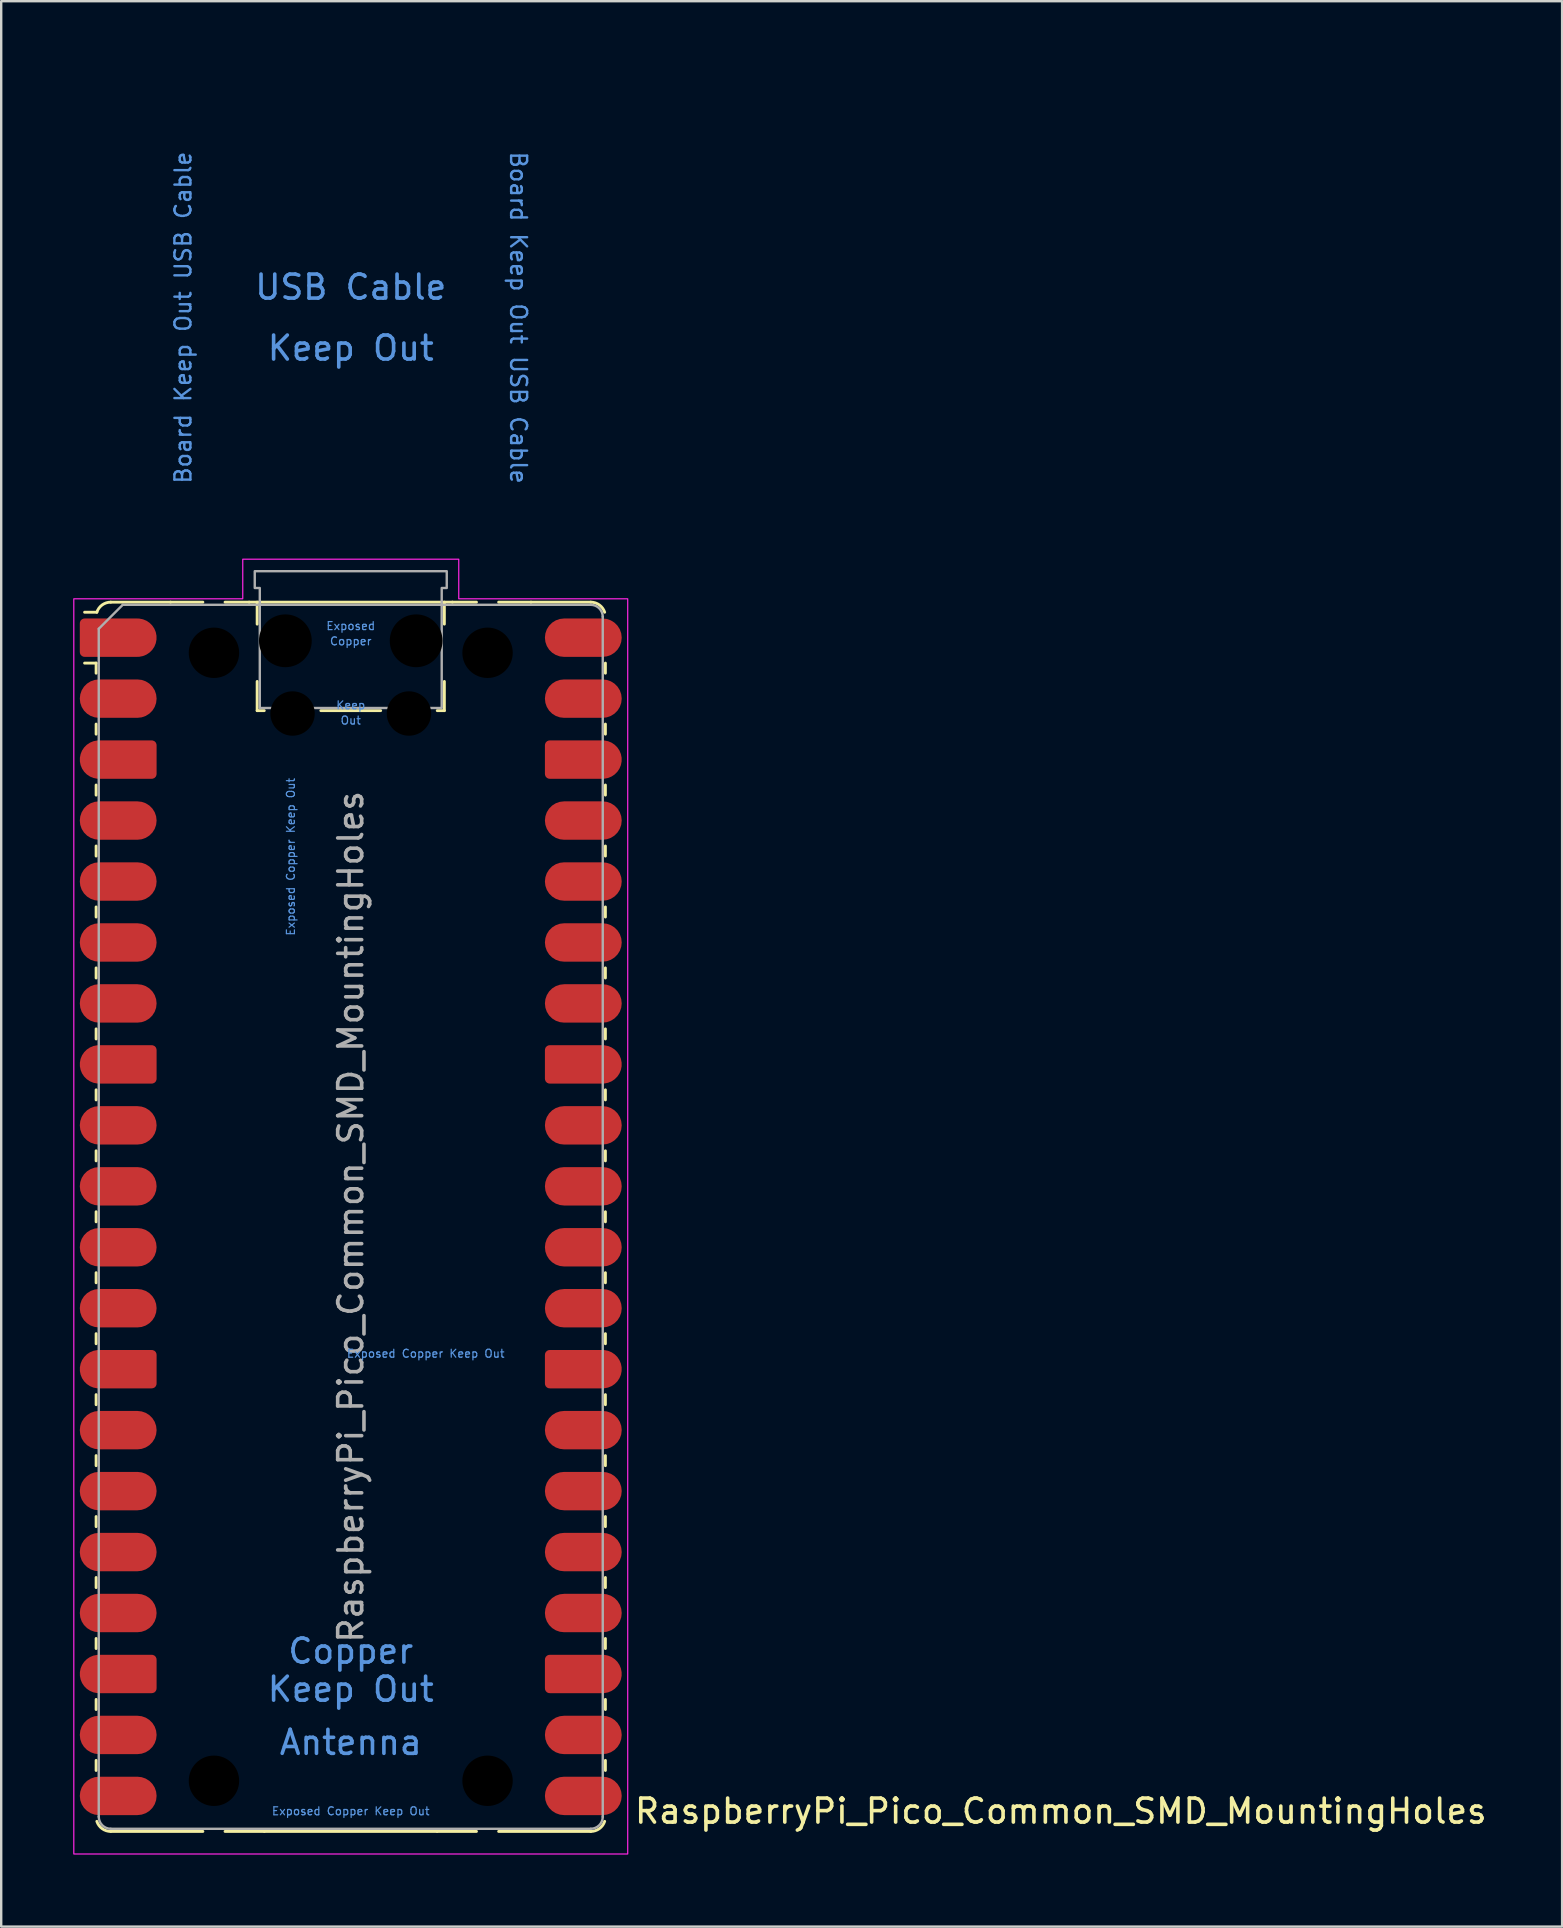
<source format=kicad_pcb>
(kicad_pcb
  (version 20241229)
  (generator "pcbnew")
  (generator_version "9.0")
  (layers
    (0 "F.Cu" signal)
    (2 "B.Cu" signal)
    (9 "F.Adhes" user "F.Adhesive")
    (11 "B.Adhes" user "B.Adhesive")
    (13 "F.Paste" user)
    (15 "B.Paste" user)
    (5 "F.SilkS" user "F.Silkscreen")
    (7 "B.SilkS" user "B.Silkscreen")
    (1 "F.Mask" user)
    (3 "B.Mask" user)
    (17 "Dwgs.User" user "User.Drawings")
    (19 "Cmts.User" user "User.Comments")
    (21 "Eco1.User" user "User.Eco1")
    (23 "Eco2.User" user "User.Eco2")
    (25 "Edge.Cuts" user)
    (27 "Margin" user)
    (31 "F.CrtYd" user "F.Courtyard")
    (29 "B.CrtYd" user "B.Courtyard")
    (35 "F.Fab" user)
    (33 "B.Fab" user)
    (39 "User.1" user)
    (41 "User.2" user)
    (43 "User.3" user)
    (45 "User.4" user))
  (footprint "RaspberryPi_Pico_Common_SMD_MountingHoles"
    (layer "F.Cu")
    (at 11.565 47.65)
    (property "Reference" "RaspberryPi_Pico_Common_SMD_MountingHoles" (at 11.748 24.765 0) (unlocked yes) (layer "F.SilkS") (effects (font (size 1 1) (thickness 0.15)) (justify left)))
    (attr smd)
    (fp_line (start -10.61 -23.07) (end -11.09 -23.07) (stroke (width 0.12) (type solid)) (layer "F.SilkS"))
    (fp_line (start -10.61 -23.07) (end -10.61 -22.65) (stroke (width 0.12) (type solid)) (layer "F.SilkS"))
    (fp_line (start -10.61 -20.53) (end -10.61 -20.11) (stroke (width 0.12) (type solid)) (layer "F.SilkS"))
    (fp_line (start -10.61 -17.99) (end -10.61 -17.57) (stroke (width 0.12) (type solid)) (layer "F.SilkS"))
    (fp_line (start -10.61 -15.45) (end -10.61 -15.03) (stroke (width 0.12) (type solid)) (layer "F.SilkS"))
    (fp_line (start -10.61 -12.91) (end -10.61 -12.49) (stroke (width 0.12) (type solid)) (layer "F.SilkS"))
    (fp_line (start -10.61 -10.37) (end -10.61 -9.95) (stroke (width 0.12) (type solid)) (layer "F.SilkS"))
    (fp_line (start -10.61 -7.83) (end -10.61 -7.41) (stroke (width 0.12) (type solid)) (layer "F.SilkS"))
    (fp_line (start -10.61 -5.29) (end -10.61 -4.87) (stroke (width 0.12) (type solid)) (layer "F.SilkS"))
    (fp_line (start -10.61 -2.75) (end -10.61 -2.33) (stroke (width 0.12) (type solid)) (layer "F.SilkS"))
    (fp_line (start -10.61 -0.21) (end -10.61 0.21) (stroke (width 0.12) (type solid)) (layer "F.SilkS"))
    (fp_line (start -10.61 2.33) (end -10.61 2.75) (stroke (width 0.12) (type solid)) (layer "F.SilkS"))
    (fp_line (start -10.61 4.87) (end -10.61 5.29) (stroke (width 0.12) (type solid)) (layer "F.SilkS"))
    (fp_line (start -10.61 7.41) (end -10.61 7.83) (stroke (width 0.12) (type solid)) (layer "F.SilkS"))
    (fp_line (start -10.61 9.95) (end -10.61 10.37) (stroke (width 0.12) (type solid)) (layer "F.SilkS"))
    (fp_line (start -10.61 12.49) (end -10.61 12.91) (stroke (width 0.12) (type solid)) (layer "F.SilkS"))
    (fp_line (start -10.61 15.03) (end -10.61 15.45) (stroke (width 0.12) (type solid)) (layer "F.SilkS"))
    (fp_line (start -10.61 17.57) (end -10.61 17.99) (stroke (width 0.12) (type solid)) (layer "F.SilkS"))
    (fp_line (start -10.61 20.11) (end -10.61 20.53) (stroke (width 0.12) (type solid)) (layer "F.SilkS"))
    (fp_line (start -10.61 22.65) (end -10.61 23.07) (stroke (width 0.12) (type solid)) (layer "F.SilkS"))
    (fp_line (start -10.58 -25.19) (end -11.09 -25.19) (stroke (width 0.12) (type solid)) (layer "F.SilkS"))
    (fp_line (start -10 -25.61) (end -7.51 -25.61) (stroke (width 0.12) (type solid)) (layer "F.SilkS"))
    (fp_line (start -10 25.61) (end -6.162 25.61) (stroke (width 0.12) (type solid)) (layer "F.SilkS"))
    (fp_line (start -7.51 -25.61) (end -6.162 -25.61) (stroke (width 0.12) (type solid)) (layer "F.SilkS"))
    (fp_line (start -5.238 -25.61) (end -4.235 -25.61) (stroke (width 0.12) (type solid)) (layer "F.SilkS"))
    (fp_line (start -4.235 -25.61) (end 4.235 -25.61) (stroke (width 0.12) (type solid)) (layer "F.SilkS"))
    (fp_line (start -3.9 -25.61) (end -3.9 -24.694) (stroke (width 0.12) (type solid)) (layer "F.SilkS"))
    (fp_line (start -3.9 -22.306) (end -3.9 -21.09) (stroke (width 0.12) (type solid)) (layer "F.SilkS"))
    (fp_line (start -3.9 -21.09) (end -3.604 -21.09) (stroke (width 0.12) (type solid)) (layer "F.SilkS"))
    (fp_line (start -3.6 25.61) (end -5.238 25.61) (stroke (width 0.12) (type solid)) (layer "F.SilkS"))
    (fp_line (start -1.246 -21.09) (end 1.246 -21.09) (stroke (width 0.12) (type solid)) (layer "F.SilkS"))
    (fp_line (start 3.6 25.61) (end -3.6 25.61) (stroke (width 0.12) (type solid)) (layer "F.SilkS"))
    (fp_line (start 3.604 -21.09) (end 3.9 -21.09) (stroke (width 0.12) (type solid)) (layer "F.SilkS"))
    (fp_line (start 3.9 -25.61) (end 3.9 -24.694) (stroke (width 0.12) (type solid)) (layer "F.SilkS"))
    (fp_line (start 3.9 -22.306) (end 3.9 -21.09) (stroke (width 0.12) (type solid)) (layer "F.SilkS"))
    (fp_line (start 4.235 -25.61) (end 5.238 -25.61) (stroke (width 0.12) (type solid)) (layer "F.SilkS"))
    (fp_line (start 5.238 25.61) (end 3.6 25.61) (stroke (width 0.12) (type solid)) (layer "F.SilkS"))
    (fp_line (start 6.162 -25.61) (end 7.51 -25.61) (stroke (width 0.12) (type solid)) (layer "F.SilkS"))
    (fp_line (start 6.162 25.61) (end 10 25.61) (stroke (width 0.12) (type solid)) (layer "F.SilkS"))
    (fp_line (start 10 -25.61) (end 7.51 -25.61) (stroke (width 0.12) (type solid)) (layer "F.SilkS"))
    (fp_line (start 10.61 -23.07) (end 10.61 -22.65) (stroke (width 0.12) (type solid)) (layer "F.SilkS"))
    (fp_line (start 10.61 -20.53) (end 10.61 -20.11) (stroke (width 0.12) (type solid)) (layer "F.SilkS"))
    (fp_line (start 10.61 -17.99) (end 10.61 -17.57) (stroke (width 0.12) (type solid)) (layer "F.SilkS"))
    (fp_line (start 10.61 -15.45) (end 10.61 -15.03) (stroke (width 0.12) (type solid)) (layer "F.SilkS"))
    (fp_line (start 10.61 -12.91) (end 10.61 -12.49) (stroke (width 0.12) (type solid)) (layer "F.SilkS"))
    (fp_line (start 10.61 -10.37) (end 10.61 -9.95) (stroke (width 0.12) (type solid)) (layer "F.SilkS"))
    (fp_line (start 10.61 -7.83) (end 10.61 -7.41) (stroke (width 0.12) (type solid)) (layer "F.SilkS"))
    (fp_line (start 10.61 -5.29) (end 10.61 -4.87) (stroke (width 0.12) (type solid)) (layer "F.SilkS"))
    (fp_line (start 10.61 -2.75) (end 10.61 -2.33) (stroke (width 0.12) (type solid)) (layer "F.SilkS"))
    (fp_line (start 10.61 -0.21) (end 10.61 0.21) (stroke (width 0.12) (type solid)) (layer "F.SilkS"))
    (fp_line (start 10.61 2.33) (end 10.61 2.75) (stroke (width 0.12) (type solid)) (layer "F.SilkS"))
    (fp_line (start 10.61 4.87) (end 10.61 5.29) (stroke (width 0.12) (type solid)) (layer "F.SilkS"))
    (fp_line (start 10.61 7.41) (end 10.61 7.83) (stroke (width 0.12) (type solid)) (layer "F.SilkS"))
    (fp_line (start 10.61 9.95) (end 10.61 10.37) (stroke (width 0.12) (type solid)) (layer "F.SilkS"))
    (fp_line (start 10.61 12.49) (end 10.61 12.91) (stroke (width 0.12) (type solid)) (layer "F.SilkS"))
    (fp_line (start 10.61 15.03) (end 10.61 15.45) (stroke (width 0.12) (type solid)) (layer "F.SilkS"))
    (fp_line (start 10.61 17.57) (end 10.61 17.99) (stroke (width 0.12) (type solid)) (layer "F.SilkS"))
    (fp_line (start 10.61 20.11) (end 10.61 20.53) (stroke (width 0.12) (type solid)) (layer "F.SilkS"))
    (fp_line (start 10.61 22.65) (end 10.61 23.07) (stroke (width 0.12) (type solid)) (layer "F.SilkS"))
    (fp_arc (start -10.579676 -25.189937) (mid -10.357938 -25.493944) (end -10 -25.61) (stroke (width 0.12) (type solid)) (layer "F.SilkS"))
    (fp_arc (start -10 25.61) (mid -10.357937 25.493944) (end -10.579676 25.189937) (stroke (width 0.12) (type solid)) (layer "F.SilkS"))
    (fp_arc (start 10 -25.61) (mid 10.357937 -25.493944) (end 10.579676 -25.189937) (stroke (width 0.12) (type solid)) (layer "F.SilkS"))
    (fp_arc (start 10.579676 25.189937) (mid 10.357949 25.493953) (end 10 25.61) (stroke (width 0.12) (type solid)) (layer "F.SilkS"))
    (fp_poly (pts (xy -4.5 -27.4) (xy 4.5 -27.4) (xy 4.5 -25.75) (xy 11.54 -25.75) (xy 11.54 26.55) (xy -11.54 26.55) (xy -11.54 -25.75) (xy -4.5 -25.75)) (stroke (width 0.05) (type solid)) (fill no) (layer "F.CrtYd"))
    (fp_line (start -10.5 -24.5) (end -9.5 -25.5) (stroke (width 0.1) (type solid)) (layer "F.Fab"))
    (fp_line (start -10.5 25) (end -10.5 -24.5) (stroke (width 0.1) (type solid)) (layer "F.Fab"))
    (fp_line (start -9.5 -25.5) (end 10 -25.5) (stroke (width 0.1) (type solid)) (layer "F.Fab"))
    (fp_line (start 10 25.5) (end -10 25.5) (stroke (width 0.1) (type solid)) (layer "F.Fab"))
    (fp_line (start 10.5 -25) (end 10.5 25) (stroke (width 0.1) (type solid)) (layer "F.Fab"))
    (fp_arc (start -10 25.5) (mid -10.353553 25.353553) (end -10.5 25) (stroke (width 0.1) (type solid)) (layer "F.Fab"))
    (fp_arc (start 10 -25.5) (mid 10.353553 -25.353553) (end 10.5 -25) (stroke (width 0.1) (type solid)) (layer "F.Fab"))
    (fp_arc (start 10.5 25) (mid 10.353553 25.353553) (end 10 25.5) (stroke (width 0.1) (type solid)) (layer "F.Fab"))
    (fp_poly (pts (xy 3.79 -21.2) (xy 3.79 -26.2) (xy 4 -26.2) (xy 4 -26.9) (xy -4 -26.9) (xy -4 -26.2) (xy -3.79 -26.2) (xy -3.79 -21.2)) (stroke (width 0.1) (type solid)) (fill no) (layer "F.Fab"))
    (fp_text user "Exposed Copper Keep Out" (at 0 24.765 0) (unlocked yes) (layer "Cmts.User") (effects (font (size 0.333 0.333) (thickness 0.05))))
    (fp_text user "Copper" (at 0 -23.983 0) (unlocked yes) (layer "Cmts.User") (effects (font (size 0.333 0.333) (thickness 0.05))))
    (fp_text user "Keep Out" (at 0 -36.195 0) (unlocked yes) (layer "Cmts.User") (effects (font (size 1 1) (thickness 0.15))))
    (fp_text user "USB Cable" (at 0 -38.735 0) (unlocked yes) (layer "Cmts.User") (effects (font (size 1 1) (thickness 0.15))))
    (fp_text user "Board Keep Out USB Cable" (at -6.985 -37.465 90) (unlocked yes) (layer "Cmts.User") (effects (font (size 0.667 0.667) (thickness 0.1))))
    (fp_text user "Keep Out" (at 0 19.685 0) (unlocked yes) (layer "Cmts.User") (effects (font (size 1 1) (thickness 0.15))))
    (fp_text user "Exposed Copper Keep Out" (at 3.124 5.7 0) (unlocked yes) (layer "Cmts.User") (effects (font (size 0.333 0.333) (thickness 0.05))))
    (fp_text user "Antenna" (at 0 21.9 0) (unlocked yes) (layer "Cmts.User") (effects (font (size 1 1) (thickness 0.15))))
    (fp_text user "Board Keep Out USB Cable" (at 6.985 -37.465 270) (unlocked yes) (layer "Cmts.User") (effects (font (size 0.667 0.667) (thickness 0.1))))
    (fp_text user "Out" (at 0 -20.683 0) (unlocked yes) (layer "Cmts.User") (effects (font (size 0.333 0.333) (thickness 0.05))))
    (fp_text user "Exposed Copper Keep Out" (at -2.5 -15 90) (unlocked yes) (layer "Cmts.User") (effects (font (size 0.333 0.333) (thickness 0.05))))
    (fp_text user "Keep" (at 0 -21.317 0) (unlocked yes) (layer "Cmts.User") (effects (font (size 0.333 0.333) (thickness 0.05))))
    (fp_text user "Exposed" (at 0 -24.617 0) (unlocked yes) (layer "Cmts.User") (effects (font (size 0.333 0.333) (thickness 0.05))))
    (fp_text user "Copper" (at 0 18.098 0) (unlocked yes) (layer "Cmts.User") (effects (font (size 1 1) (thickness 0.15))))
    (fp_text user "${REFERENCE}" (at 0 0 90) (layer "F.Fab") (effects (font (size 1 1) (thickness 0.15))))
    (pad "" np_thru_hole circle (at -5.7 -23.5) (size 3.8 3.8) (drill 2.1) (layers "*.Mask"))
    (pad "" np_thru_hole circle (at -5.7 23.5) (size 3.8 3.8) (drill 2.1) (layers "*.Mask"))
    (pad "" np_thru_hole circle (at -2.725 -24) (size 2.2 2.2) (drill 2.2) (layers "*.Mask"))
    (pad "" np_thru_hole circle (at -2.425 -20.97) (size 1.85 1.85) (drill 1.85) (layers "*.Mask"))
    (pad "" np_thru_hole circle (at 2.425 -20.97) (size 1.85 1.85) (drill 1.85) (layers "*.Mask"))
    (pad "" np_thru_hole circle (at 2.725 -24) (size 2.2 2.2) (drill 2.2) (layers "*.Mask"))
    (pad "" np_thru_hole circle (at 5.7 -23.5) (size 3.8 3.8) (drill 2.1) (layers "*.Mask"))
    (pad "" np_thru_hole circle (at 5.7 23.5) (size 3.8 3.8) (drill 2.1) (layers "*.Mask"))
    (pad "1" smd custom (at -8.89 -24.13) (size 1.6 1.6) (layers "F.Cu" "F.Mask" "F.Paste") (options (anchor circle)) (primitives (gr_poly (pts (xy -2.4 0.6) (xy -2.4 -0.6) (xy -2.2 -0.8) (xy 0 -0.8) (xy 0 0.8) (xy -2.2 0.8)) (width 0) (fill yes)) (gr_circle (center -2.2 0.6) (end -2 0.6) (width 0) (fill yes)) (gr_circle (center -2.2 -0.6) (end -2 -0.6) (width 0) (fill yes))))
    (pad "2" smd roundrect (at -8.89 -21.59) (size 3.2 1.6) (drill (offset -0.8 0)) (layers "F.Cu" "F.Mask" "F.Paste") (roundrect_rratio 0.5))
    (pad "3" smd custom (at -8.89 -19.05) (size 1.6 1.6) (layers "F.Cu" "F.Mask" "F.Paste") (options (anchor circle)) (primitives (gr_poly (pts (xy 0.8 -0.6) (xy 0.8 0.6) (xy 0.6 0.8) (xy -1.6 0.8) (xy -1.6 -0.8) (xy 0.6 -0.8)) (width 0) (fill yes)) (gr_circle (center 0.6 0.6) (end 0.8 0.6) (width 0) (fill yes)) (gr_circle (center 0.6 -0.6) (end 0.8 -0.6) (width 0) (fill yes)) (gr_circle (center -1.6 0) (end -0.8 0) (width 0) (fill yes))))
    (pad "4" smd roundrect (at -8.89 -16.51) (size 3.2 1.6) (drill (offset -0.8 0)) (layers "F.Cu" "F.Mask" "F.Paste") (roundrect_rratio 0.5))
    (pad "5" smd roundrect (at -8.89 -13.97) (size 3.2 1.6) (drill (offset -0.8 0)) (layers "F.Cu" "F.Mask" "F.Paste") (roundrect_rratio 0.5))
    (pad "6" smd roundrect (at -8.89 -11.43) (size 3.2 1.6) (drill (offset -0.8 0)) (layers "F.Cu" "F.Mask" "F.Paste") (roundrect_rratio 0.5))
    (pad "7" smd roundrect (at -8.89 -8.89) (size 3.2 1.6) (drill (offset -0.8 0)) (layers "F.Cu" "F.Mask" "F.Paste") (roundrect_rratio 0.5))
    (pad "8" smd custom (at -8.89 -6.35) (size 1.6 1.6) (layers "F.Cu" "F.Mask" "F.Paste") (options (anchor circle)) (primitives (gr_poly (pts (xy 0.8 -0.6) (xy 0.8 0.6) (xy 0.6 0.8) (xy -1.6 0.8) (xy -1.6 -0.8) (xy 0.6 -0.8)) (width 0) (fill yes)) (gr_circle (center 0.6 0.6) (end 0.8 0.6) (width 0) (fill yes)) (gr_circle (center 0.6 -0.6) (end 0.8 -0.6) (width 0) (fill yes)) (gr_circle (center -1.6 0) (end -0.8 0) (width 0) (fill yes))))
    (pad "9" smd roundrect (at -8.89 -3.81) (size 3.2 1.6) (drill (offset -0.8 0)) (layers "F.Cu" "F.Mask" "F.Paste") (roundrect_rratio 0.5))
    (pad "10" smd roundrect (at -8.89 -1.27) (size 3.2 1.6) (drill (offset -0.8 0)) (layers "F.Cu" "F.Mask" "F.Paste") (roundrect_rratio 0.5))
    (pad "11" smd roundrect (at -8.89 1.27) (size 3.2 1.6) (drill (offset -0.8 0)) (layers "F.Cu" "F.Mask" "F.Paste") (roundrect_rratio 0.5))
    (pad "12" smd roundrect (at -8.89 3.81) (size 3.2 1.6) (drill (offset -0.8 0)) (layers "F.Cu" "F.Mask" "F.Paste") (roundrect_rratio 0.5))
    (pad "13" smd custom (at -8.89 6.35) (size 1.6 1.6) (layers "F.Cu" "F.Mask" "F.Paste") (options (anchor circle)) (primitives (gr_poly (pts (xy 0.8 -0.6) (xy 0.8 0.6) (xy 0.6 0.8) (xy -1.6 0.8) (xy -1.6 -0.8) (xy 0.6 -0.8)) (width 0) (fill yes)) (gr_circle (center 0.6 0.6) (end 0.8 0.6) (width 0) (fill yes)) (gr_circle (center 0.6 -0.6) (end 0.8 -0.6) (width 0) (fill yes)) (gr_circle (center -1.6 0) (end -0.8 0) (width 0) (fill yes))))
    (pad "14" smd roundrect (at -8.89 8.89) (size 3.2 1.6) (drill (offset -0.8 0)) (layers "F.Cu" "F.Mask" "F.Paste") (roundrect_rratio 0.5))
    (pad "15" smd roundrect (at -8.89 11.43) (size 3.2 1.6) (drill (offset -0.8 0)) (layers "F.Cu" "F.Mask" "F.Paste") (roundrect_rratio 0.5))
    (pad "16" smd roundrect (at -8.89 13.97) (size 3.2 1.6) (drill (offset -0.8 0)) (layers "F.Cu" "F.Mask" "F.Paste") (roundrect_rratio 0.5))
    (pad "17" smd roundrect (at -8.89 16.51) (size 3.2 1.6) (drill (offset -0.8 0)) (layers "F.Cu" "F.Mask" "F.Paste") (roundrect_rratio 0.5))
    (pad "18" smd custom (at -8.89 19.05) (size 1.6 1.6) (layers "F.Cu" "F.Mask" "F.Paste") (options (anchor circle)) (primitives (gr_poly (pts (xy 0.8 -0.6) (xy 0.8 0.6) (xy 0.6 0.8) (xy -1.6 0.8) (xy -1.6 -0.8) (xy 0.6 -0.8)) (width 0) (fill yes)) (gr_circle (center 0.6 0.6) (end 0.8 0.6) (width 0) (fill yes)) (gr_circle (center 0.6 -0.6) (end 0.8 -0.6) (width 0) (fill yes)) (gr_circle (center -1.6 0) (end -0.8 0) (width 0) (fill yes))))
    (pad "19" smd roundrect (at -8.89 21.59) (size 3.2 1.6) (drill (offset -0.8 0)) (layers "F.Cu" "F.Mask" "F.Paste") (roundrect_rratio 0.5))
    (pad "20" smd roundrect (at -8.89 24.13) (size 3.2 1.6) (drill (offset -0.8 0)) (layers "F.Cu" "F.Mask" "F.Paste") (roundrect_rratio 0.5))
    (pad "21" smd roundrect (at 8.89 24.13) (size 3.2 1.6) (drill (offset 0.8 0)) (layers "F.Cu" "F.Mask" "F.Paste") (roundrect_rratio 0.5))
    (pad "22" smd roundrect (at 8.89 21.59) (size 3.2 1.6) (drill (offset 0.8 0)) (layers "F.Cu" "F.Mask" "F.Paste") (roundrect_rratio 0.5))
    (pad "23" smd custom (at 8.89 19.05) (size 1.6 1.6) (layers "F.Cu" "F.Mask" "F.Paste") (options (anchor circle)) (primitives (gr_poly (pts (xy -0.8 -0.6) (xy -0.8 0.6) (xy -0.6 0.8) (xy 1.6 0.8) (xy 1.6 -0.8) (xy -0.6 -0.8)) (width 0) (fill yes)) (gr_circle (center -0.6 0.6) (end -0.4 0.6) (width 0) (fill yes)) (gr_circle (center -0.6 -0.6) (end -0.4 -0.6) (width 0) (fill yes)) (gr_circle (center 1.6 0) (end 2.4 0) (width 0) (fill yes))))
    (pad "24" smd roundrect (at 8.89 16.51) (size 3.2 1.6) (drill (offset 0.8 0)) (layers "F.Cu" "F.Mask" "F.Paste") (roundrect_rratio 0.5))
    (pad "25" smd roundrect (at 8.89 13.97) (size 3.2 1.6) (drill (offset 0.8 0)) (layers "F.Cu" "F.Mask" "F.Paste") (roundrect_rratio 0.5))
    (pad "26" smd roundrect (at 8.89 11.43) (size 3.2 1.6) (drill (offset 0.8 0)) (layers "F.Cu" "F.Mask" "F.Paste") (roundrect_rratio 0.5))
    (pad "27" smd roundrect (at 8.89 8.89) (size 3.2 1.6) (drill (offset 0.8 0)) (layers "F.Cu" "F.Mask" "F.Paste") (roundrect_rratio 0.5))
    (pad "28" smd custom (at 8.89 6.35) (size 1.6 1.6) (layers "F.Cu" "F.Mask" "F.Paste") (options (anchor circle)) (primitives (gr_poly (pts (xy -0.8 -0.6) (xy -0.8 0.6) (xy -0.6 0.8) (xy 1.6 0.8) (xy 1.6 -0.8) (xy -0.6 -0.8)) (width 0) (fill yes)) (gr_circle (center -0.6 0.6) (end -0.4 0.6) (width 0) (fill yes)) (gr_circle (center -0.6 -0.6) (end -0.4 -0.6) (width 0) (fill yes)) (gr_circle (center 1.6 0) (end 2.4 0) (width 0) (fill yes))))
    (pad "29" smd roundrect (at 8.89 3.81) (size 3.2 1.6) (drill (offset 0.8 0)) (layers "F.Cu" "F.Mask" "F.Paste") (roundrect_rratio 0.5))
    (pad "30" smd roundrect (at 8.89 1.27) (size 3.2 1.6) (drill (offset 0.8 0)) (layers "F.Cu" "F.Mask" "F.Paste") (roundrect_rratio 0.5))
    (pad "31" smd roundrect (at 8.89 -1.27) (size 3.2 1.6) (drill (offset 0.8 0)) (layers "F.Cu" "F.Mask" "F.Paste") (roundrect_rratio 0.5))
    (pad "32" smd roundrect (at 8.89 -3.81) (size 3.2 1.6) (drill (offset 0.8 0)) (layers "F.Cu" "F.Mask" "F.Paste") (roundrect_rratio 0.5))
    (pad "33" smd custom (at 8.89 -6.35) (size 1.6 1.6) (layers "F.Cu" "F.Mask" "F.Paste") (options (anchor circle)) (primitives (gr_poly (pts (xy -0.8 -0.6) (xy -0.8 0.6) (xy -0.6 0.8) (xy 1.6 0.8) (xy 1.6 -0.8) (xy -0.6 -0.8)) (width 0) (fill yes)) (gr_circle (center -0.6 0.6) (end -0.4 0.6) (width 0) (fill yes)) (gr_circle (center -0.6 -0.6) (end -0.4 -0.6) (width 0) (fill yes)) (gr_circle (center 1.6 0) (end 2.4 0) (width 0) (fill yes))))
    (pad "34" smd roundrect (at 8.89 -8.89) (size 3.2 1.6) (drill (offset 0.8 0)) (layers "F.Cu" "F.Mask" "F.Paste") (roundrect_rratio 0.5))
    (pad "35" smd roundrect (at 8.89 -11.43) (size 3.2 1.6) (drill (offset 0.8 0)) (layers "F.Cu" "F.Mask" "F.Paste") (roundrect_rratio 0.5))
    (pad "36" smd roundrect (at 8.89 -13.97) (size 3.2 1.6) (drill (offset 0.8 0)) (layers "F.Cu" "F.Mask" "F.Paste") (roundrect_rratio 0.5))
    (pad "37" smd roundrect (at 8.89 -16.51) (size 3.2 1.6) (drill (offset 0.8 0)) (layers "F.Cu" "F.Mask" "F.Paste") (roundrect_rratio 0.5))
    (pad "38" smd custom (at 8.89 -19.05) (size 1.6 1.6) (layers "F.Cu" "F.Mask" "F.Paste") (options (anchor circle)) (primitives (gr_poly (pts (xy -0.8 -0.6) (xy -0.8 0.6) (xy -0.6 0.8) (xy 1.6 0.8) (xy 1.6 -0.8) (xy -0.6 -0.8)) (width 0) (fill yes)) (gr_circle (center -0.6 0.6) (end -0.4 0.6) (width 0) (fill yes)) (gr_circle (center -0.6 -0.6) (end -0.4 -0.6) (width 0) (fill yes)) (gr_circle (center 1.6 0) (end 2.4 0) (width 0) (fill yes))))
    (pad "39" smd roundrect (at 8.89 -21.59) (size 3.2 1.6) (drill (offset 0.8 0)) (layers "F.Cu" "F.Mask" "F.Paste") (roundrect_rratio 0.5))
    (pad "40" smd roundrect (at 8.89 -24.13) (size 3.2 1.6) (drill (offset 0.8 0)) (layers "F.Cu" "F.Mask" "F.Paste") (roundrect_rratio 0.5))
    (zone (net_name "") (layers "F.Cu" "B.Cu" "F.Paste" "B.Paste") (name "Antenna Copper Keep Out") (hatch full 0.5) (connect_pads) (min_thickness 0.254) (filled_areas_thickness no) (keepout (tracks not_allowed) (vias not_allowed) (pads not_allowed) (copperpour not_allowed) (footprints allowed)) (placement (enabled no)) (fill) (polygon (pts (xy 9.165 72.64) (xy 4.465 68.99) (xy 4.465 64.65) (xy 18.665 64.65) (xy 18.665 68.99) (xy 13.965 72.64) (xy 13.965 73.65) (xy 9.165 73.65))))
    (zone (net_name "") (layers "F.Cu" "F.Paste") (name "Pad Keep Out D1-W") (hatch full 0.5) (connect_pads) (min_thickness 0.25) (filled_areas_thickness no) (keepout (tracks not_allowed) (vias not_allowed) (pads not_allowed) (copperpour not_allowed) (footprints allowed)) (placement (enabled no)) (fill) (polygon (pts (xy 11.194 52.45) (xy 11.249 52.395) (xy 11.322 52.365) (xy 11.362 52.363) (xy 12.149 52.363) (xy 12.149 54.337) (xy 11.362 54.337) (xy 11.322 54.335) (xy 11.249 54.305) (xy 11.194 54.25) (xy 11.164 54.177) (xy 11.162 54.137) (xy 11.162 52.563) (xy 11.164 52.523))))
    (zone (net_name "") (layers "F.Cu" "F.Paste") (name "Pad Keep Out D1-W") (hatch full 0.5) (connect_pads) (min_thickness 0.25) (filled_areas_thickness no) (keepout (tracks not_allowed) (vias not_allowed) (pads not_allowed) (copperpour not_allowed) (footprints allowed)) (placement (enabled no)) (fill) (polygon (pts (xy 12.937 54.337) (xy 12.149 54.337) (xy 12.149 52.363) (xy 12.937 52.363) (xy 12.976 52.365) (xy 13.049 52.395) (xy 13.104 52.45) (xy 13.135 52.523) (xy 13.136 52.563) (xy 13.136 54.137) (xy 13.135 54.177) (xy 13.104 54.25) (xy 13.049 54.305) (xy 12.976 54.335))))
    (zone (net_name "") (layers "F.Cu" "F.Paste") (name "Pad Keep Out TP4") (hatch full 0.5) (connect_pads) (min_thickness 0.25) (filled_areas_thickness no) (keepout (tracks not_allowed) (vias not_allowed) (pads not_allowed) (copperpour not_allowed) (footprints allowed)) (placement (enabled no)) (fill) (polygon (pts (xy 8.549 31.098) (xy 8.423 31.064) (xy 8.309 30.998) (xy 8.217 30.906) (xy 8.151 30.792) (xy 8.117 30.666) (xy 8.115 30.6) (xy 8.115 30.15) (xy 10.015 30.15) (xy 10.015 30.6) (xy 10.013 30.666) (xy 9.979 30.792) (xy 9.913 30.906) (xy 9.821 30.998) (xy 9.707 31.064) (xy 9.581 31.098) (xy 9.515 31.1) (xy 8.615 31.1))))
    (zone (net_name "") (layers "F.Cu" "F.Paste") (name "Pad Keep Out TP5") (hatch full 0.5) (connect_pads) (min_thickness 0.25) (filled_areas_thickness no) (keepout (tracks not_allowed) (vias not_allowed) (pads not_allowed) (copperpour not_allowed) (footprints allowed)) (placement (enabled no)) (fill) (polygon (pts (xy 8.549 33.598) (xy 8.423 33.564) (xy 8.309 33.498) (xy 8.217 33.406) (xy 8.151 33.292) (xy 8.117 33.166) (xy 8.115 33.1) (xy 8.115 32.65) (xy 10.015 32.65) (xy 10.015 33.1) (xy 10.013 33.166) (xy 9.979 33.292) (xy 9.913 33.406) (xy 9.821 33.498) (xy 9.707 33.564) (xy 9.581 33.598) (xy 9.515 33.6) (xy 8.615 33.6))))
    (zone (net_name "") (layers "F.Cu" "F.Paste") (name "Pad Keep Out TP6") (hatch full 0.5) (connect_pads) (min_thickness 0.25) (filled_areas_thickness no) (keepout (tracks not_allowed) (vias not_allowed) (pads not_allowed) (copperpour not_allowed) (footprints allowed)) (placement (enabled no)) (fill) (polygon (pts (xy 8.549 36.098) (xy 8.423 36.064) (xy 8.309 35.998) (xy 8.217 35.906) (xy 8.151 35.792) (xy 8.117 35.666) (xy 8.115 35.6) (xy 8.115 35.15) (xy 10.015 35.15) (xy 10.015 35.6) (xy 10.013 35.666) (xy 9.979 35.792) (xy 9.913 35.906) (xy 9.821 35.998) (xy 9.707 36.064) (xy 9.581 36.098) (xy 9.515 36.1) (xy 8.615 36.1))))
    (zone (net_name "") (layers "F.Cu" "F.Paste") (name "Pad Keep Out TP3") (hatch full 0.5) (connect_pads) (min_thickness 0.25) (filled_areas_thickness no) (keepout (tracks not_allowed) (vias not_allowed) (pads not_allowed) (copperpour not_allowed) (footprints allowed)) (placement (enabled no)) (fill) (polygon (pts (xy 9.617 22.834) (xy 9.651 22.708) (xy 9.717 22.594) (xy 9.809 22.502) (xy 9.923 22.436) (xy 10.049 22.402) (xy 10.115 22.4) (xy 10.565 22.4) (xy 10.565 24.3) (xy 10.115 24.3) (xy 10.049 24.298) (xy 9.923 24.264) (xy 9.809 24.198) (xy 9.717 24.106) (xy 9.651 23.992) (xy 9.617 23.866) (xy 9.615 23.8) (xy 9.615 22.9))))
    (zone (net_name "") (layers "F.Cu" "F.Paste") (name "Pad Keep Out TP4") (hatch full 0.5) (connect_pads) (min_thickness 0.25) (filled_areas_thickness no) (keepout (tracks not_allowed) (vias not_allowed) (pads not_allowed) (copperpour not_allowed) (footprints allowed)) (placement (enabled no)) (fill) (polygon (pts (xy 10.015 30.15) (xy 10.015 29.7) (xy 10.013 29.634) (xy 9.979 29.508) (xy 9.913 29.394) (xy 9.821 29.302) (xy 9.707 29.236) (xy 9.581 29.202) (xy 9.515 29.2) (xy 8.615 29.2) (xy 8.549 29.202) (xy 8.423 29.236) (xy 8.309 29.302) (xy 8.217 29.394) (xy 8.151 29.508) (xy 8.117 29.634) (xy 8.115 29.7) (xy 8.115 30.15))))
    (zone (net_name "") (layers "F.Cu" "F.Paste") (name "Pad Keep Out TP5") (hatch full 0.5) (connect_pads) (min_thickness 0.25) (filled_areas_thickness no) (keepout (tracks not_allowed) (vias not_allowed) (pads not_allowed) (copperpour not_allowed) (footprints allowed)) (placement (enabled no)) (fill) (polygon (pts (xy 10.015 32.65) (xy 10.015 32.2) (xy 10.013 32.134) (xy 9.979 32.008) (xy 9.913 31.894) (xy 9.821 31.802) (xy 9.707 31.736) (xy 9.581 31.702) (xy 9.515 31.7) (xy 8.615 31.7) (xy 8.549 31.702) (xy 8.423 31.736) (xy 8.309 31.802) (xy 8.217 31.894) (xy 8.151 32.008) (xy 8.117 32.134) (xy 8.115 32.2) (xy 8.115 32.65))))
    (zone (net_name "") (layers "F.Cu" "F.Paste") (name "Pad Keep Out TP6") (hatch full 0.5) (connect_pads) (min_thickness 0.25) (filled_areas_thickness no) (keepout (tracks not_allowed) (vias not_allowed) (pads not_allowed) (copperpour not_allowed) (footprints allowed)) (placement (enabled no)) (fill) (polygon (pts (xy 10.015 35.15) (xy 10.015 34.7) (xy 10.013 34.634) (xy 9.979 34.508) (xy 9.913 34.394) (xy 9.821 34.302) (xy 9.707 34.236) (xy 9.581 34.202) (xy 9.515 34.2) (xy 8.615 34.2) (xy 8.549 34.202) (xy 8.423 34.236) (xy 8.309 34.302) (xy 8.217 34.394) (xy 8.151 34.508) (xy 8.117 34.634) (xy 8.115 34.7) (xy 8.115 35.15))))
    (zone (net_name "") (layers "F.Cu" "F.Paste") (name "Pad Keep Out TP3") (hatch full 0.5) (connect_pads) (min_thickness 0.25) (filled_areas_thickness no) (keepout (tracks not_allowed) (vias not_allowed) (pads not_allowed) (copperpour not_allowed) (footprints allowed)) (placement (enabled no)) (fill) (polygon (pts (xy 10.565 24.3) (xy 11.015 24.3) (xy 11.081 24.298) (xy 11.207 24.264) (xy 11.321 24.198) (xy 11.413 24.106) (xy 11.479 23.992) (xy 11.513 23.866) (xy 11.515 23.8) (xy 11.515 22.9) (xy 11.513 22.834) (xy 11.479 22.708) (xy 11.413 22.594) (xy 11.321 22.502) (xy 11.207 22.436) (xy 11.081 22.402) (xy 11.015 22.4) (xy 10.565 22.4))))
    (zone (net_name "") (layers "F.Cu" "F.Paste") (name "Pad Keep Out TP1") (hatch full 0.5) (connect_pads) (min_thickness 0.25) (filled_areas_thickness no) (keepout (tracks not_allowed) (vias not_allowed) (pads not_allowed) (copperpour not_allowed) (footprints allowed)) (placement (enabled no)) (fill) (polygon (pts (xy 10.617 26.134) (xy 10.651 26.008) (xy 10.717 25.894) (xy 10.809 25.802) (xy 10.923 25.736) (xy 11.049 25.702) (xy 11.115 25.7) (xy 11.565 25.7) (xy 11.565 27.6) (xy 11.115 27.6) (xy 11.049 27.598) (xy 10.923 27.564) (xy 10.809 27.498) (xy 10.717 27.406) (xy 10.651 27.292) (xy 10.617 27.166) (xy 10.615 27.1) (xy 10.615 26.2))))
    (zone (net_name "") (layers "F.Cu" "F.Paste") (name "Pad Keep Out TP1") (hatch full 0.5) (connect_pads) (min_thickness 0.25) (filled_areas_thickness no) (keepout (tracks not_allowed) (vias not_allowed) (pads not_allowed) (copperpour not_allowed) (footprints allowed)) (placement (enabled no)) (fill) (polygon (pts (xy 11.565 27.6) (xy 12.015 27.6) (xy 12.081 27.598) (xy 12.207 27.564) (xy 12.321 27.498) (xy 12.413 27.406) (xy 12.479 27.292) (xy 12.513 27.166) (xy 12.515 27.1) (xy 12.515 26.2) (xy 12.513 26.134) (xy 12.479 26.008) (xy 12.413 25.894) (xy 12.321 25.802) (xy 12.207 25.736) (xy 12.081 25.702) (xy 12.015 25.7) (xy 11.565 25.7))))
    (zone (net_name "") (layers "F.Cu" "F.Paste") (name "Pad Keep Out TP2") (hatch full 0.5) (connect_pads) (min_thickness 0.25) (filled_areas_thickness no) (keepout (tracks not_allowed) (vias not_allowed) (pads not_allowed) (copperpour not_allowed) (footprints allowed)) (placement (enabled no)) (fill) (polygon (pts (xy 11.617 22.849) (xy 11.651 22.723) (xy 11.717 22.609) (xy 11.809 22.517) (xy 11.923 22.451) (xy 12.049 22.417) (xy 12.115 22.415) (xy 12.565 22.415) (xy 12.565 24.315) (xy 12.115 24.315) (xy 12.049 24.313) (xy 11.923 24.279) (xy 11.809 24.213) (xy 11.717 24.121) (xy 11.651 24.007) (xy 11.617 23.881) (xy 11.615 23.815) (xy 11.615 22.915))))
    (zone (net_name "") (layers "F.Cu" "F.Paste") (name "Pad Keep Out TP2") (hatch full 0.5) (connect_pads) (min_thickness 0.25) (filled_areas_thickness no) (keepout (tracks not_allowed) (vias not_allowed) (pads not_allowed) (copperpour not_allowed) (footprints allowed)) (placement (enabled no)) (fill) (polygon (pts (xy 12.565 24.315) (xy 13.015 24.315) (xy 13.081 24.313) (xy 13.207 24.279) (xy 13.321 24.213) (xy 13.413 24.121) (xy 13.479 24.007) (xy 13.513 23.881) (xy 13.515 23.815) (xy 13.515 22.915) (xy 13.513 22.849) (xy 13.479 22.723) (xy 13.413 22.609) (xy 13.321 22.517) (xy 13.207 22.451) (xy 13.081 22.417) (xy 13.015 22.415) (xy 12.565 22.415))))
    (zone (net_name "") (layers "F.Cu" "F.Paste") (name "Pad Keep Out D2") (hatch full 0.5) (connect_pads) (min_thickness 0.25) (filled_areas_thickness no) (keepout (tracks not_allowed) (vias not_allowed) (pads not_allowed) (copperpour not_allowed) (footprints allowed)) (placement (enabled no)) (fill) (polygon (pts (xy 10.965 70.55) (xy 11.565 70.55) (arc (start 11.565 74.15) (mid 10.857893 73.857107) (end 10.565 73.15)) (xy 10.565 70.95) (xy 10.567 70.887) (xy 10.606 70.767) (xy 10.68 70.665) (xy 10.782 70.591) (xy 10.902 70.552))))
    (zone (net_name "") (layers "F.Cu" "F.Paste") (name "Pad Keep Out D2") (hatch full 0.5) (connect_pads) (min_thickness 0.25) (filled_areas_thickness no) (keepout (tracks not_allowed) (vias not_allowed) (pads not_allowed) (copperpour not_allowed) (footprints allowed)) (placement (enabled no)) (fill) (polygon (pts (xy 12.165 70.55) (xy 12.228 70.552) (xy 12.348 70.591) (xy 12.45 70.665) (xy 12.524 70.767) (xy 12.563 70.887) (xy 12.565 70.95) (arc (start 12.565 73.15) (mid 12.272107 73.857107) (end 11.565 74.15)) (xy 11.565 70.55))))
    (zone (net_name "") (layers "F.Cu" "F.Paste") (name "Pad Keep Out D2-W") (hatch full 0.508) (connect_pads) (min_thickness 0.254) (filled_areas_thickness no) (keepout (tracks not_allowed) (vias not_allowed) (pads not_allowed) (copperpour not_allowed) (footprints allowed)) (placement (enabled no)) (fill) (polygon (pts (xy 15.681 53.35) (xy 15.662 53.157) (xy 15.606 52.972) (xy 15.516 52.801) (xy 15.393 52.651) (xy 15.244 52.527) (xy 15.074 52.435) (xy 14.889 52.378) (xy 14.696 52.358) (xy 14.503 52.375) (xy 14.317 52.43) (xy 14.146 52.52) (xy 13.995 52.641) (xy 13.87 52.789) (xy 13.777 52.959) (xy 13.719 53.144) (xy 13.697 53.336) (xy 13.713 53.529) (xy 13.767 53.715) (xy 13.855 53.887) (xy 13.975 54.039) (xy 14.123 54.165) (xy 14.292 54.259) (xy 14.476 54.319) (xy 14.668 54.342) (xy 14.861 54.327) (xy 15.048 54.275) (xy 15.221 54.188) (xy 15.373 54.069) (xy 15.5 53.922) (xy 15.595 53.754) (xy 15.657 53.57) (xy 15.681 53.378))))
    (zone (net_name "") (layers "F.Cu" "F.Paste") (name "Pad Keep Out D3-W") (hatch full 0.508) (connect_pads) (min_thickness 0.254) (filled_areas_thickness no) (keepout (tracks not_allowed) (vias not_allowed) (pads not_allowed) (copperpour not_allowed) (footprints allowed)) (placement (enabled no)) (fill) (polygon (pts (xy 18.221 53.35) (xy 18.202 53.157) (xy 18.146 52.972) (xy 18.056 52.801) (xy 17.933 52.651) (xy 17.784 52.527) (xy 17.614 52.435) (xy 17.429 52.378) (xy 17.236 52.358) (xy 17.043 52.375) (xy 16.857 52.43) (xy 16.686 52.52) (xy 16.535 52.641) (xy 16.41 52.789) (xy 16.317 52.959) (xy 16.259 53.144) (xy 16.237 53.336) (xy 16.253 53.529) (xy 16.307 53.715) (xy 16.395 53.887) (xy 16.515 54.039) (xy 16.663 54.165) (xy 16.832 54.259) (xy 17.016 54.319) (xy 17.208 54.342) (xy 17.401 54.327) (xy 17.588 54.275) (xy 17.761 54.188) (xy 17.913 54.069) (xy 18.04 53.922) (xy 18.136 53.754) (xy 18.197 53.57) (xy 18.221 53.378))))
    (zone (net_name "") (layers "F.Cu" "F.Paste") (name "Pad Keep Out D1") (hatch full 0.5) (connect_pads) (min_thickness 0.25) (filled_areas_thickness no) (keepout (tracks not_allowed) (vias not_allowed) (pads not_allowed) (copperpour not_allowed) (footprints allowed)) (placement (enabled no)) (fill) (polygon (pts (arc (start 8.025 73.15) (mid 8.317893 73.857107) (end 9.025 74.15)) (arc (start 9.025 70.55) (mid 8.317893 70.842893) (end 8.025 71.55)))))
    (zone (net_name "") (layers "F.Cu" "F.Paste") (name "Pad Keep Out D1") (hatch full 0.5) (connect_pads) (min_thickness 0.25) (filled_areas_thickness no) (keepout (tracks not_allowed) (vias not_allowed) (pads not_allowed) (copperpour not_allowed) (footprints allowed)) (placement (enabled no)) (fill) (polygon (pts (arc (start 9.025 74.15) (mid 9.732107 73.857107) (end 10.025 73.15)) (arc (start 10.025 71.55) (mid 9.732107 70.842893) (end 9.025 70.55)))))
    (zone (net_name "") (layers "F.Cu" "F.Paste") (name "Pad Keep Out D3") (hatch full 0.5) (connect_pads) (min_thickness 0.25) (filled_areas_thickness no) (keepout (tracks not_allowed) (vias not_allowed) (pads not_allowed) (copperpour not_allowed) (footprints allowed)) (placement (enabled no)) (fill) (polygon (pts (arc (start 13.105141 73.149925) (mid 13.398034 73.857032) (end 14.105141 74.149925)) (arc (start 14.105141 70.549925) (mid 13.398034 70.842818) (end 13.105141 71.549925)))))
    (zone (net_name "") (layers "F.Cu" "F.Paste") (name "Pad Keep Out D3") (hatch full 0.5) (connect_pads) (min_thickness 0.25) (filled_areas_thickness no) (keepout (tracks not_allowed) (vias not_allowed) (pads not_allowed) (copperpour not_allowed) (footprints allowed)) (placement (enabled no)) (fill) (polygon (pts (arc (start 14.105141 74.149925) (mid 14.812248 73.857032) (end 15.105141 73.149925)) (arc (start 15.105141 71.549925) (mid 14.812248 70.842818) (end 14.105141 70.549925)))))
    (zone (net_name "") (layer "Edge.Cuts") (name "Board Keep Out USB Cable") (hatch edge 0.5) (connect_pads) (min_thickness 0.254) (filled_areas_thickness no) (keepout (tracks allowed) (vias allowed) (pads allowed) (copperpour allowed) (footprints allowed)) (placement (enabled no)) (fill) (polygon (pts (xy 5.365 0) (xy 17.765 0) (xy 17.765 20.4) (xy 5.365 20.4))))
    (zone (net_name "") (layer "F.CrtYd") (name "USB Cable Keep Out") (hatch full 0.5) (connect_pads) (min_thickness 0.254) (filled_areas_thickness no) (keepout (tracks allowed) (vias allowed) (pads allowed) (copperpour allowed) (footprints not_allowed)) (placement (enabled no)) (fill) (polygon (pts (xy 5.815 19.95) (xy 7.625 19.95) (xy 7.625 20.25) (xy 15.505 20.25) (xy 15.505 19.95) (xy 17.315 19.95) (xy 17.315 0.45) (xy 5.815 0.45)))))
  (gr_rect
    (start -3 -3)
    (end 62.039 77.225)
    (stroke (width 0.1) (type default))
    (fill no)
    (layer "Edge.Cuts")))
</source>
